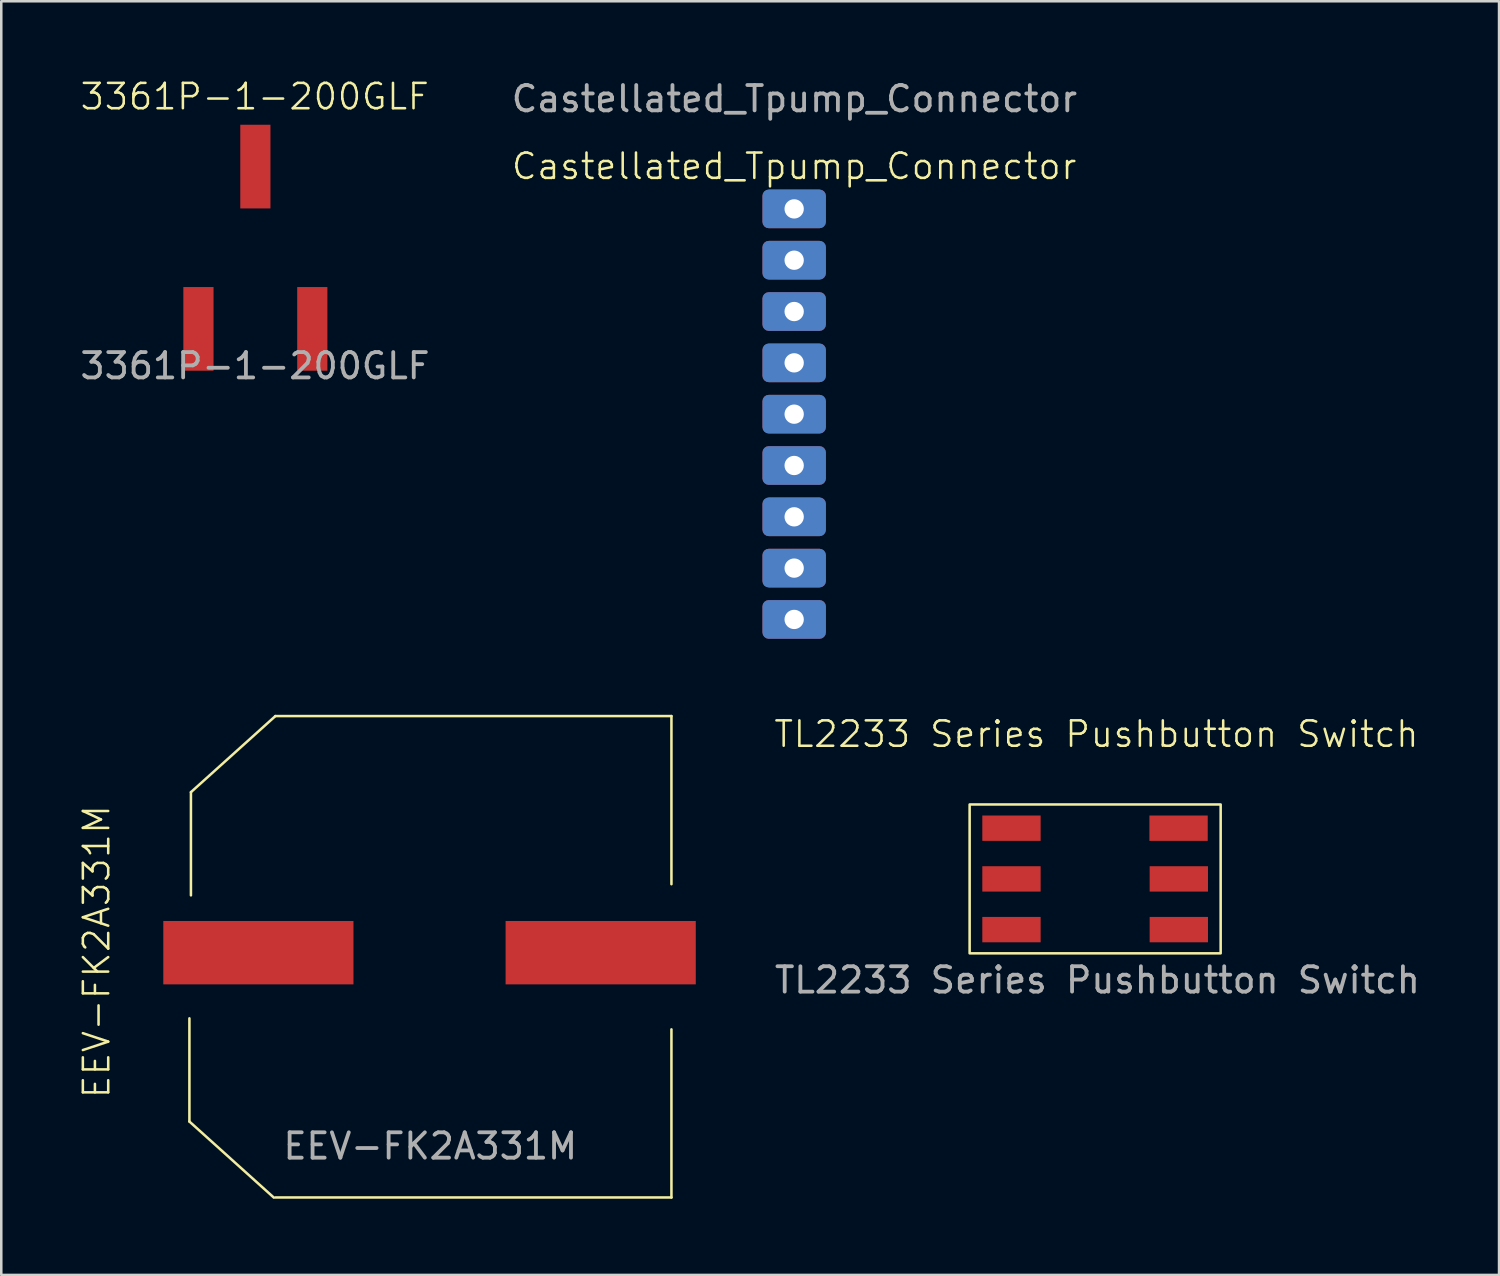
<source format=kicad_pcb>
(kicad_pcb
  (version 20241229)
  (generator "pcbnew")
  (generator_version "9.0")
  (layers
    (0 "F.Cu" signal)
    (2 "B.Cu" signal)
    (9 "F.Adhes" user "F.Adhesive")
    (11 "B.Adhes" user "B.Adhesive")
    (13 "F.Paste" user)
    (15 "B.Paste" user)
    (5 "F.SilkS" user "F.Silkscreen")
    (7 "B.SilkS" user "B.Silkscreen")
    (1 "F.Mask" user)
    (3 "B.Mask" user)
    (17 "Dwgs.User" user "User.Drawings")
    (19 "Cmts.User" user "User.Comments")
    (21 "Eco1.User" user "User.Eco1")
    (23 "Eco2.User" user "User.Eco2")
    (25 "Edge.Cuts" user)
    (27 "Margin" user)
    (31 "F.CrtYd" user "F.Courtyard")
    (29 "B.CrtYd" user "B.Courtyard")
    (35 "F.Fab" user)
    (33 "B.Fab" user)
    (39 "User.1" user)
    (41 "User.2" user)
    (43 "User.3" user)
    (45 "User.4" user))
  (footprint "3361P-1-200GLF"
    (layer "F.Cu")
    (at 7.006 8.88)
    (property "Reference" "3361P-1-200GLF" (at -0.01 -8.12 0) (unlocked yes) (layer "F.SilkS") (effects (font (size 1 1) (thickness 0.1))))
    (attr smd)
    (fp_text user "${REFERENCE}" (at 0 2.5 0) (unlocked yes) (layer "F.Fab") (effects (font (size 1 1) (thickness 0.15))))
    (pad "1" smd rect (at -2.23 1.04) (size 1.19 3.3) (layers "F.Cu" "F.Mask" "F.Paste"))
    (pad "2" smd rect (at 0.015 -5.36) (size 1.19 3.3) (layers "F.Cu" "F.Mask" "F.Paste"))
    (pad "3" smd rect (at 2.26 1.04) (size 1.19 3.3) (layers "F.Cu" "F.Mask" "F.Paste")))
  (footprint "EEV-FK2A331M"
    (layer "F.Cu")
    (at 13.95 34.511)
    (property "Reference" "EEV-FK2A331M" (at -13.19 -0.03 90) (unlocked yes) (layer "F.SilkS") (effects (font (size 1 1) (thickness 0.1))))
    (attr smd)
    (fp_line (start -9.53 2.6) (end -9.53 6.67) (stroke (width 0.1) (type default)) (layer "F.SilkS"))
    (fp_line (start -9.53 6.67) (end -6.2 9.67) (stroke (width 0.1) (type default)) (layer "F.SilkS"))
    (fp_line (start -9.47 -6.32) (end -9.47 -2.25) (stroke (width 0.1) (type default)) (layer "F.SilkS"))
    (fp_line (start -9.47 -6.32) (end -6.14 -9.32) (stroke (width 0.1) (type default)) (layer "F.SilkS"))
    (fp_line (start -6.14 -9.32) (end 9.48 -9.32) (stroke (width 0.1) (type default)) (layer "F.SilkS"))
    (fp_line (start -6.14 9.665) (end 9.48 9.665) (stroke (width 0.1) (type default)) (layer "F.SilkS"))
    (fp_line (start 9.48 -9.32) (end 9.48 -2.69) (stroke (width 0.1) (type default)) (layer "F.SilkS"))
    (fp_line (start 9.48 3.035) (end 9.48 9.665) (stroke (width 0.1) (type default)) (layer "F.SilkS"))
    (fp_text user "${REFERENCE}" (at -0.03 7.64 0) (unlocked yes) (layer "F.Fab") (effects (font (size 1 1) (thickness 0.15))))
    (pad "1" smd rect (at -6.81 0.01 90) (size 2.5 7.5) (layers "F.Cu" "F.Mask" "F.Paste"))
    (pad "2" smd rect (at 6.69 0.01 90) (size 2.5 7.5) (layers "F.Cu" "F.Mask" "F.Paste")))
  (footprint "Castellated_Tpump_Connector"
    (layer "F.Cu")
    (at 28.27 5.188)
    (property "Reference" "Castellated_Tpump_Connector" (at 0 -1.68 0) (unlocked yes) (layer "F.SilkS") (effects (font (size 1 1) (thickness 0.1))))
    (attr through_hole)
    (fp_text user "${REFERENCE}" (at 0.01 -4.34 0) (unlocked yes) (layer "F.Fab") (effects (font (size 1 1) (thickness 0.15))))
    (pad "1" thru_hole roundrect (at 0 0) (size 2.5 1.524) (drill 0.762) (layers "*.Cu" "*.Mask") (roundrect_rratio 0.164))
    (pad "2" thru_hole roundrect (at 0 2.024) (size 2.5 1.524) (drill 0.762) (layers "*.Cu" "*.Mask") (roundrect_rratio 0.164))
    (pad "3" thru_hole roundrect (at 0 4.048) (size 2.5 1.524) (drill 0.762) (layers "*.Cu" "*.Mask") (roundrect_rratio 0.164))
    (pad "4" thru_hole roundrect (at 0 6.072) (size 2.5 1.524) (drill 0.762) (layers "*.Cu" "*.Mask") (roundrect_rratio 0.164))
    (pad "5" thru_hole roundrect (at 0 8.096) (size 2.5 1.524) (drill 0.762) (layers "*.Cu" "*.Mask") (roundrect_rratio 0.164))
    (pad "6" thru_hole roundrect (at 0 10.12) (size 2.5 1.524) (drill 0.762) (layers "*.Cu" "*.Mask") (roundrect_rratio 0.164))
    (pad "7" thru_hole roundrect (at 0 12.144) (size 2.5 1.524) (drill 0.762) (layers "*.Cu" "*.Mask") (roundrect_rratio 0.164))
    (pad "8" thru_hole roundrect (at 0 14.167) (size 2.5 1.524) (drill 0.762) (layers "*.Cu" "*.Mask") (roundrect_rratio 0.164))
    (pad "9" thru_hole roundrect (at 0 16.191) (size 2.5 1.524) (drill 0.762) (layers "*.Cu" "*.Mask") (roundrect_rratio 0.164)))
  (footprint "TL2233 Series Pushbutton Switch"
    (layer "F.Cu")
    (at 40.2 31.602)
    (property "Reference" "TL2233 Series Pushbutton Switch" (at -0.01 -5.7 0) (unlocked yes) (layer "F.SilkS") (effects (font (size 1 1) (thickness 0.1))))
    (attr smd)
    (fp_rect (start -5.01 -2.925) (end 4.89 2.945) (stroke (width 0.1) (type default)) (fill no) (layer "F.SilkS"))
    (fp_text user "${REFERENCE}" (at 0.03 4 0) (unlocked yes) (layer "F.Fab") (effects (font (size 1 1) (thickness 0.15))))
    (pad "1" smd rect (at -3.36 -1.99) (size 2.3 1) (layers "F.Cu" "F.Mask" "F.Paste"))
    (pad "2" smd rect (at -3.36 0.01) (size 2.3 1) (layers "F.Cu" "F.Mask" "F.Paste"))
    (pad "3" smd rect (at -3.36 2.01) (size 2.3 1) (layers "F.Cu" "F.Mask" "F.Paste"))
    (pad "4" smd rect (at 3.23 -1.99) (size 2.3 1) (layers "F.Cu" "F.Mask" "F.Paste"))
    (pad "5" smd rect (at 3.24 0.01) (size 2.3 1) (layers "F.Cu" "F.Mask" "F.Paste"))
    (pad "6" smd rect (at 3.24 2.01) (size 2.3 1) (layers "F.Cu" "F.Mask" "F.Paste")))
  (gr_rect
    (start -3 -3)
    (end 56.069 47.231)
    (stroke (width 0.1) (type default))
    (fill no)
    (layer "Edge.Cuts")))
</source>
